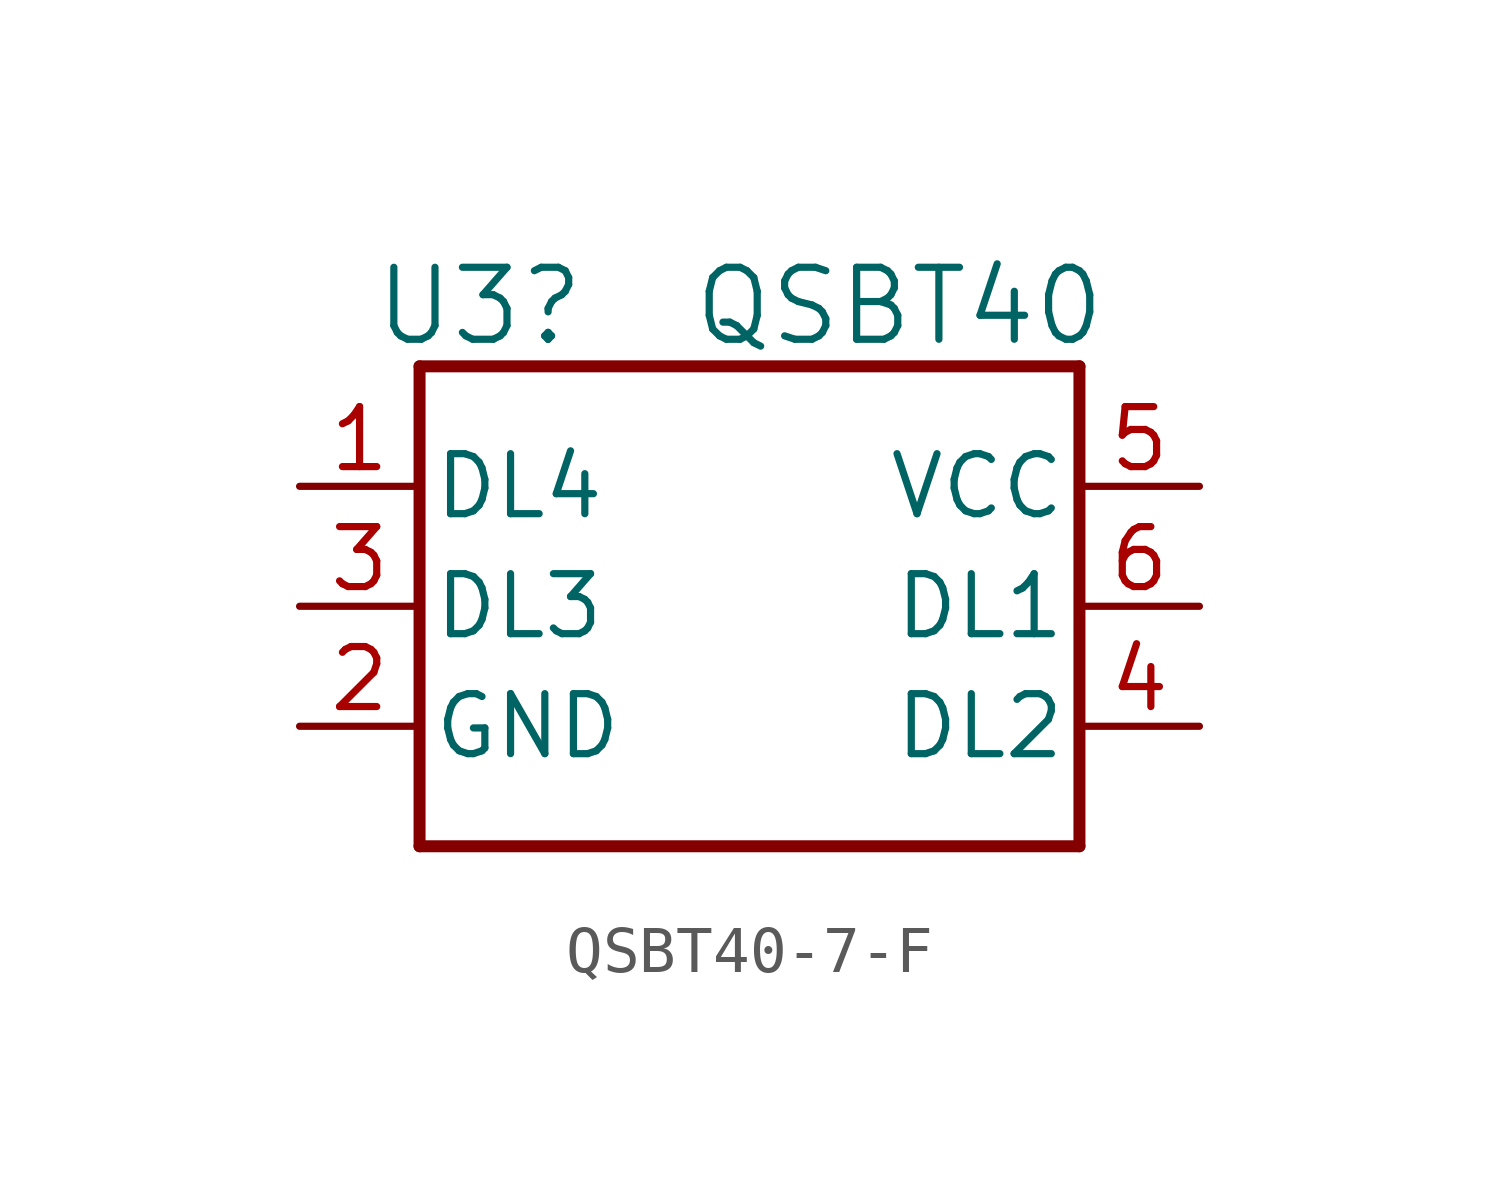
<source format=kicad_sym>
(kicad_symbol_lib
  (version 20220914)
  (generator kicad_symbol_editor)
  (symbol "QSBT40-7-F"
    (pin_names
      (offset 0.254))
    (property "Reference" "U3"
      (at 8.89 3.81 0)
      (effects (font (size 1.524 1.524))))
    (property "Value" "QSBT40"
      (at 17.78 3.81 0)
      (effects (font (size 1.524 1.524))))
    (property "ki_locked" ""
      (at 0 0 0)
      (effects (font (size 1.27 1.27))))
    (symbol "QSBT40-7-F_1_1"
      (polyline (pts (xy 7.62 -7.62) (xy 21.59 -7.62)) (stroke (width 0.254) (type default)) (fill (type none)))
      (polyline (pts (xy 7.62 2.54) (xy 7.62 -7.62)) (stroke (width 0.254) (type default)) (fill (type none)))
      (polyline (pts (xy 21.59 -7.62) (xy 21.59 2.54)) (stroke (width 0.254) (type default)) (fill (type none)))
      (polyline (pts (xy 21.59 2.54) (xy 7.62 2.54)) (stroke (width 0.254) (type default)) (fill (type none)))
      (pin unspecified line (at 5.08 0 0) (length 2.54) (name "DL4" (effects (font (size 1.27 1.27)))) (number "1" (effects (font (size 1.27 1.27)))))
      (pin power_in line (at 5.08 -5.08 0) (length 2.54) (name "GND" (effects (font (size 1.27 1.27)))) (number "2" (effects (font (size 1.27 1.27)))))
      (pin unspecified line (at 5.08 -2.54 0) (length 2.54) (name "DL3" (effects (font (size 1.27 1.27)))) (number "3" (effects (font (size 1.27 1.27)))))
      (pin unspecified line (at 24.13 -5.08 180) (length 2.54) (name "DL2" (effects (font (size 1.27 1.27)))) (number "4" (effects (font (size 1.27 1.27)))))
      (pin power_in line (at 24.13 0 180) (length 2.54) (name "VCC" (effects (font (size 1.27 1.27)))) (number "5" (effects (font (size 1.27 1.27)))))
      (pin unspecified line (at 24.13 -2.54 180) (length 2.54) (name "DL1" (effects (font (size 1.27 1.27)))) (number "6" (effects (font (size 1.27 1.27))))))))
</source>
